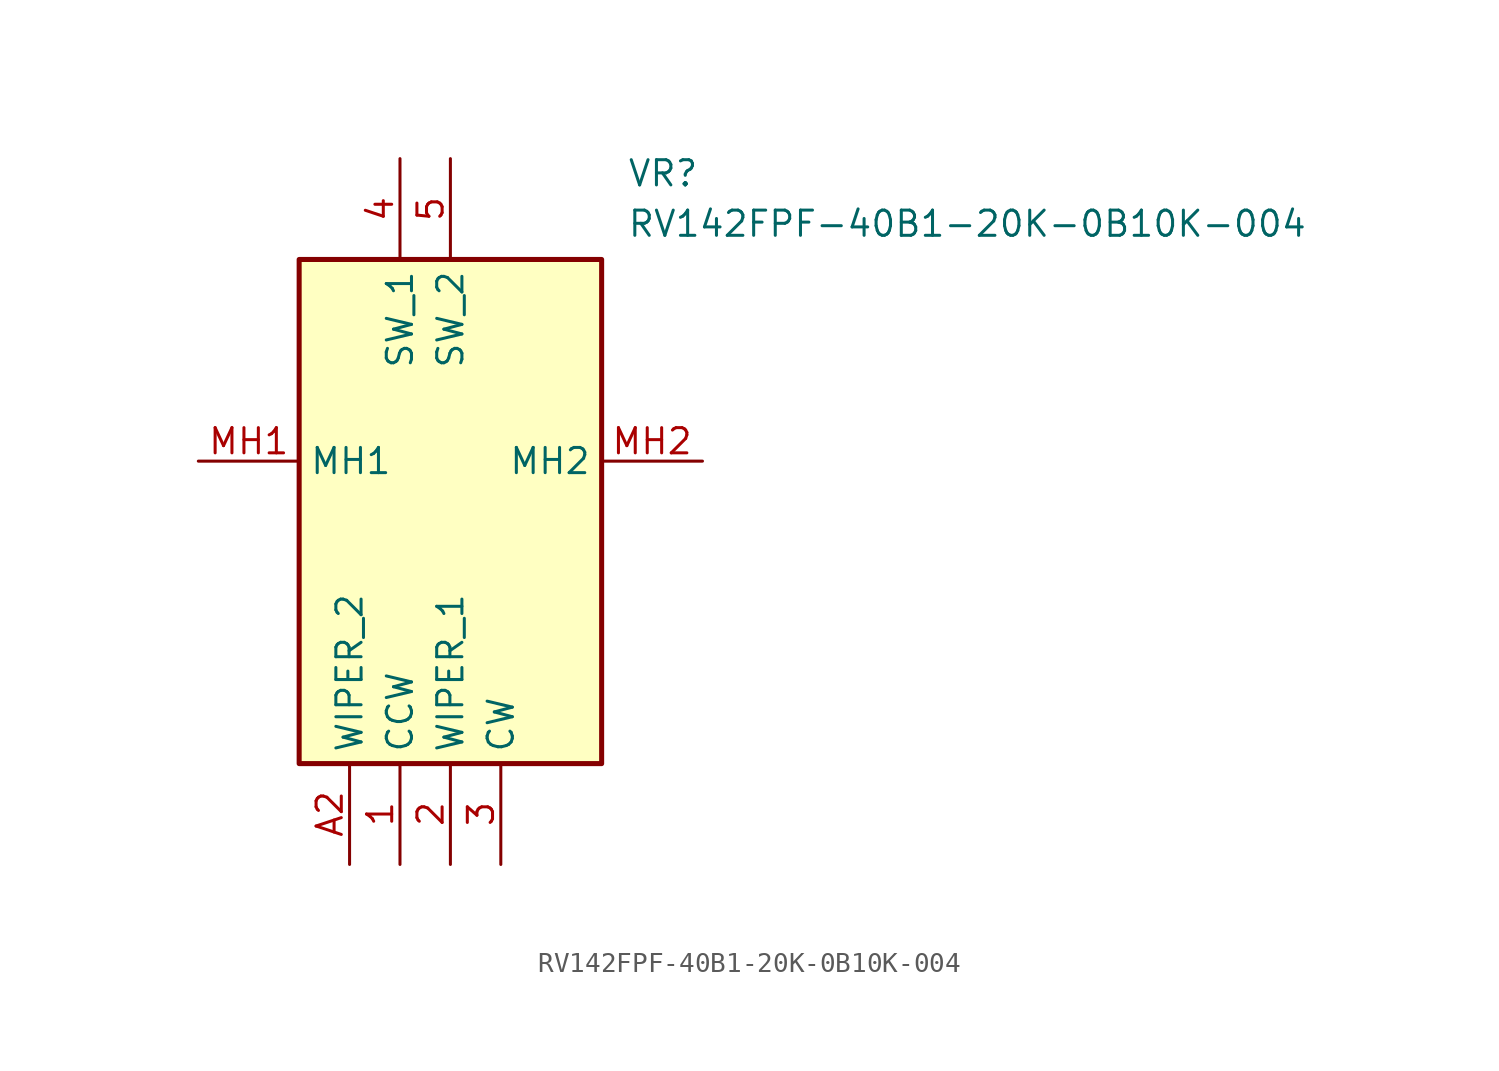
<source format=kicad_sym>
(kicad_symbol_lib
  (version 20211014)
  (generator SamacSys_ECAD_Model)
  (symbol "RV142FPF-40B1-20K-0B10K-004"
    (property "Reference" "VR"
      (at 21.59 15.24 0)
      (effects (font (size 1.27 1.27)) (justify left top)))
    (property "Value" "RV142FPF-40B1-20K-0B10K-004"
      (at 21.59 12.7 0)
      (effects (font (size 1.27 1.27)) (justify left top)))
    (rectangle
      (start 5.08 10.16)
      (end 20.32 -15.24)
      (stroke (width 0.254) (type default))
      (fill (type background)))
    (pin passive line
      (at 10.16 -20.32 90)
      (length 5.08)
      (name "CCW" (effects (font (size 1.27 1.27))))
      (number "1" (effects (font (size 1.27 1.27)))))
    (pin passive line
      (at 12.7 -20.32 90)
      (length 5.08)
      (name "WIPER_1" (effects (font (size 1.27 1.27))))
      (number "2" (effects (font (size 1.27 1.27)))))
    (pin passive line
      (at 15.24 -20.32 90)
      (length 5.08)
      (name "CW" (effects (font (size 1.27 1.27))))
      (number "3" (effects (font (size 1.27 1.27)))))
    (pin passive line
      (at 10.16 15.24 270)
      (length 5.08)
      (name "SW_1" (effects (font (size 1.27 1.27))))
      (number "4" (effects (font (size 1.27 1.27)))))
    (pin passive line
      (at 12.7 15.24 270)
      (length 5.08)
      (name "SW_2" (effects (font (size 1.27 1.27))))
      (number "5" (effects (font (size 1.27 1.27)))))
    (pin passive line
      (at 7.62 -20.32 90)
      (length 5.08)
      (name "WIPER_2" (effects (font (size 1.27 1.27))))
      (number "A2" (effects (font (size 1.27 1.27)))))
    (pin passive line
      (at 0 0 0)
      (length 5.08)
      (name "MH1" (effects (font (size 1.27 1.27))))
      (number "MH1" (effects (font (size 1.27 1.27)))))
    (pin passive line
      (at 25.4 0 180)
      (length 5.08)
      (name "MH2" (effects (font (size 1.27 1.27))))
      (number "MH2" (effects (font (size 1.27 1.27)))))))
</source>
